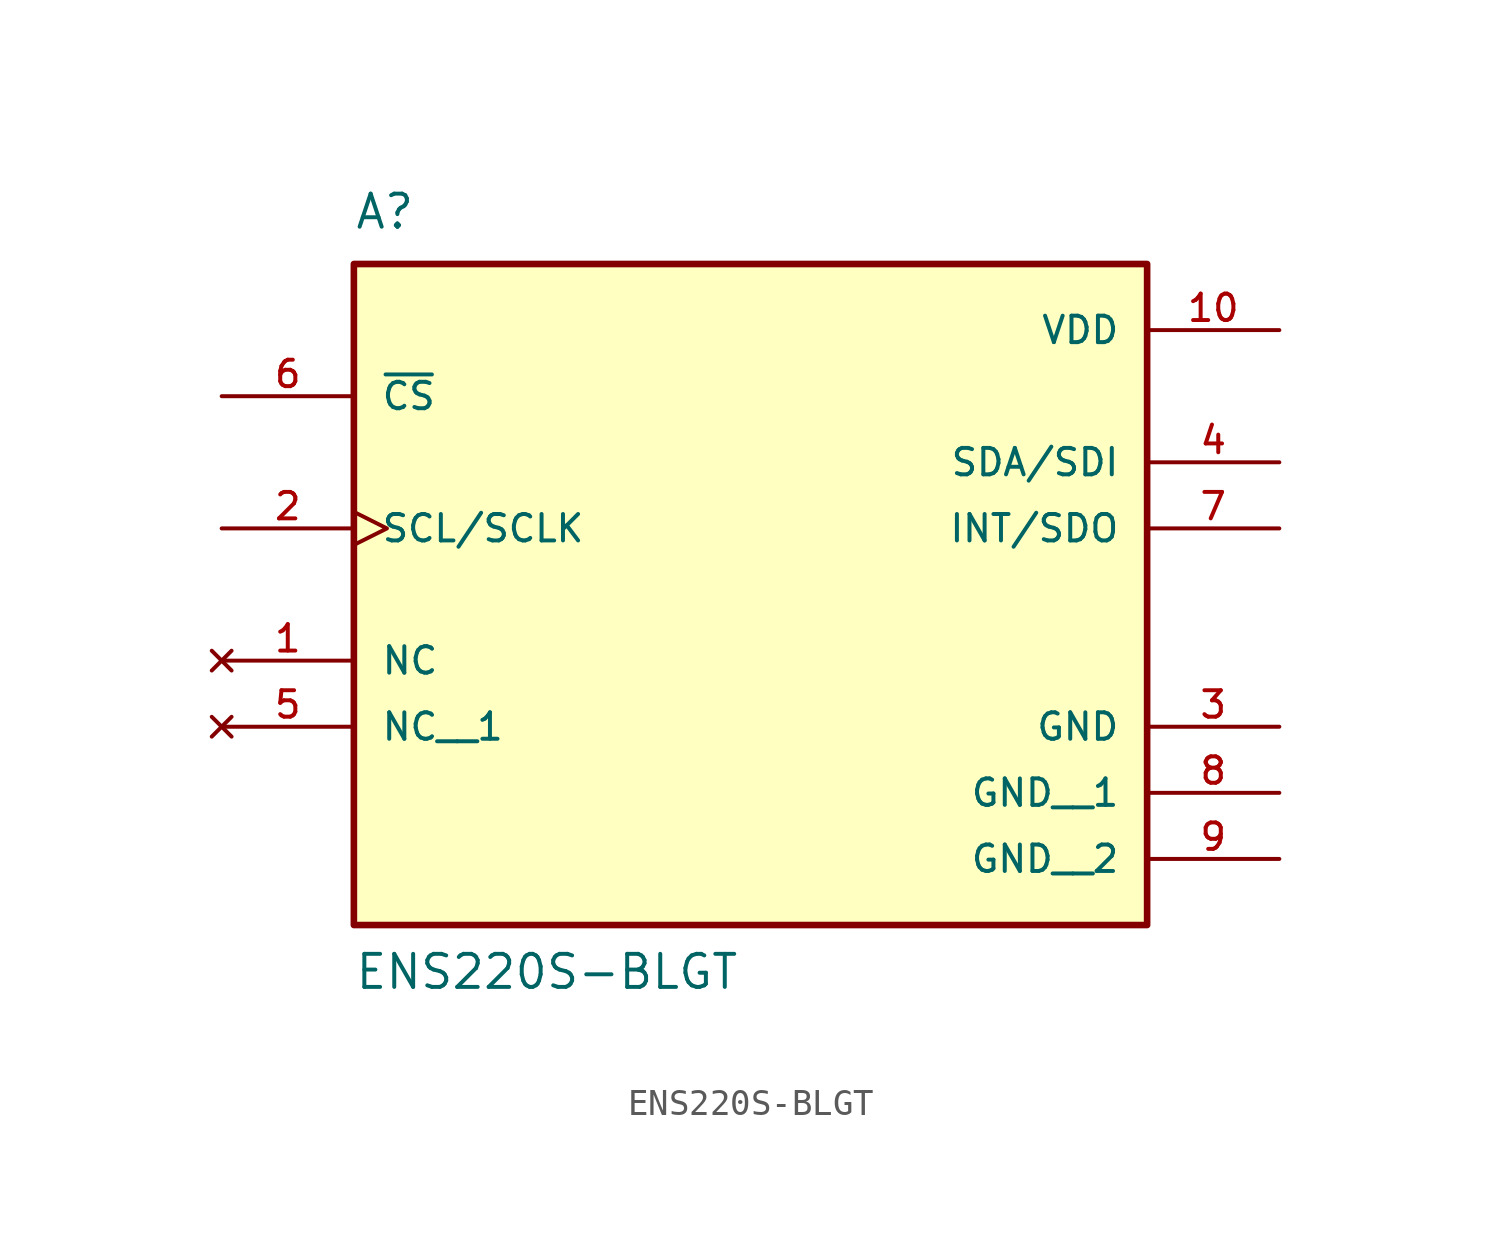
<source format=kicad_sym>
(kicad_symbol_lib
  (version 20211014)
  (generator kicad_symbol_editor)
  (symbol "ENS220S-BLGT"
    (pin_names
      (offset 1.016))
    (property "Reference" "A"
      (at -15.24 11.43 0)
      (effects (font (size 1.27 1.27)) (justify bottom left)))
    (property "Value" "ENS220S-BLGT"
      (at -15.24 -17.78 0)
      (effects (font (size 1.27 1.27)) (justify bottom left)))
    (symbol "ENS220S-BLGT_0_0"
      (rectangle (start -15.24 -15.24) (end 15.24 10.16) (stroke (width 0.254)) (fill (type background)))
      (pin power_in line (at 20.32 7.62 180.0) (length 5.08) (name "VDD" (effects (font (size 1.016 1.016)))) (number "10" (effects (font (size 1.016 1.016)))))
      (pin input line (at -20.32 5.08 0) (length 5.08) (name "~{CS}" (effects (font (size 1.016 1.016)))) (number "6" (effects (font (size 1.016 1.016)))))
      (pin input clock (at -20.32 0.0 0) (length 5.08) (name "SCL/SCLK" (effects (font (size 1.016 1.016)))) (number "2" (effects (font (size 1.016 1.016)))))
      (pin bidirectional line (at 20.32 2.54 180.0) (length 5.08) (name "SDA/SDI" (effects (font (size 1.016 1.016)))) (number "4" (effects (font (size 1.016 1.016)))))
      (pin output line (at 20.32 0.0 180.0) (length 5.08) (name "INT/SDO" (effects (font (size 1.016 1.016)))) (number "7" (effects (font (size 1.016 1.016)))))
      (pin no_connect line (at -20.32 -5.08 0) (length 5.08) (name "NC" (effects (font (size 1.016 1.016)))) (number "1" (effects (font (size 1.016 1.016)))))
      (pin power_in line (at 20.32 -7.62 180.0) (length 5.08) (name "GND" (effects (font (size 1.016 1.016)))) (number "3" (effects (font (size 1.016 1.016)))))
      (pin no_connect line (at -20.32 -7.62 0) (length 5.08) (name "NC__1" (effects (font (size 1.016 1.016)))) (number "5" (effects (font (size 1.016 1.016)))))
      (pin power_in line (at 20.32 -10.16 180.0) (length 5.08) (name "GND__1" (effects (font (size 1.016 1.016)))) (number "8" (effects (font (size 1.016 1.016)))))
      (pin power_in line (at 20.32 -12.7 180.0) (length 5.08) (name "GND__2" (effects (font (size 1.016 1.016)))) (number "9" (effects (font (size 1.016 1.016))))))))
</source>
